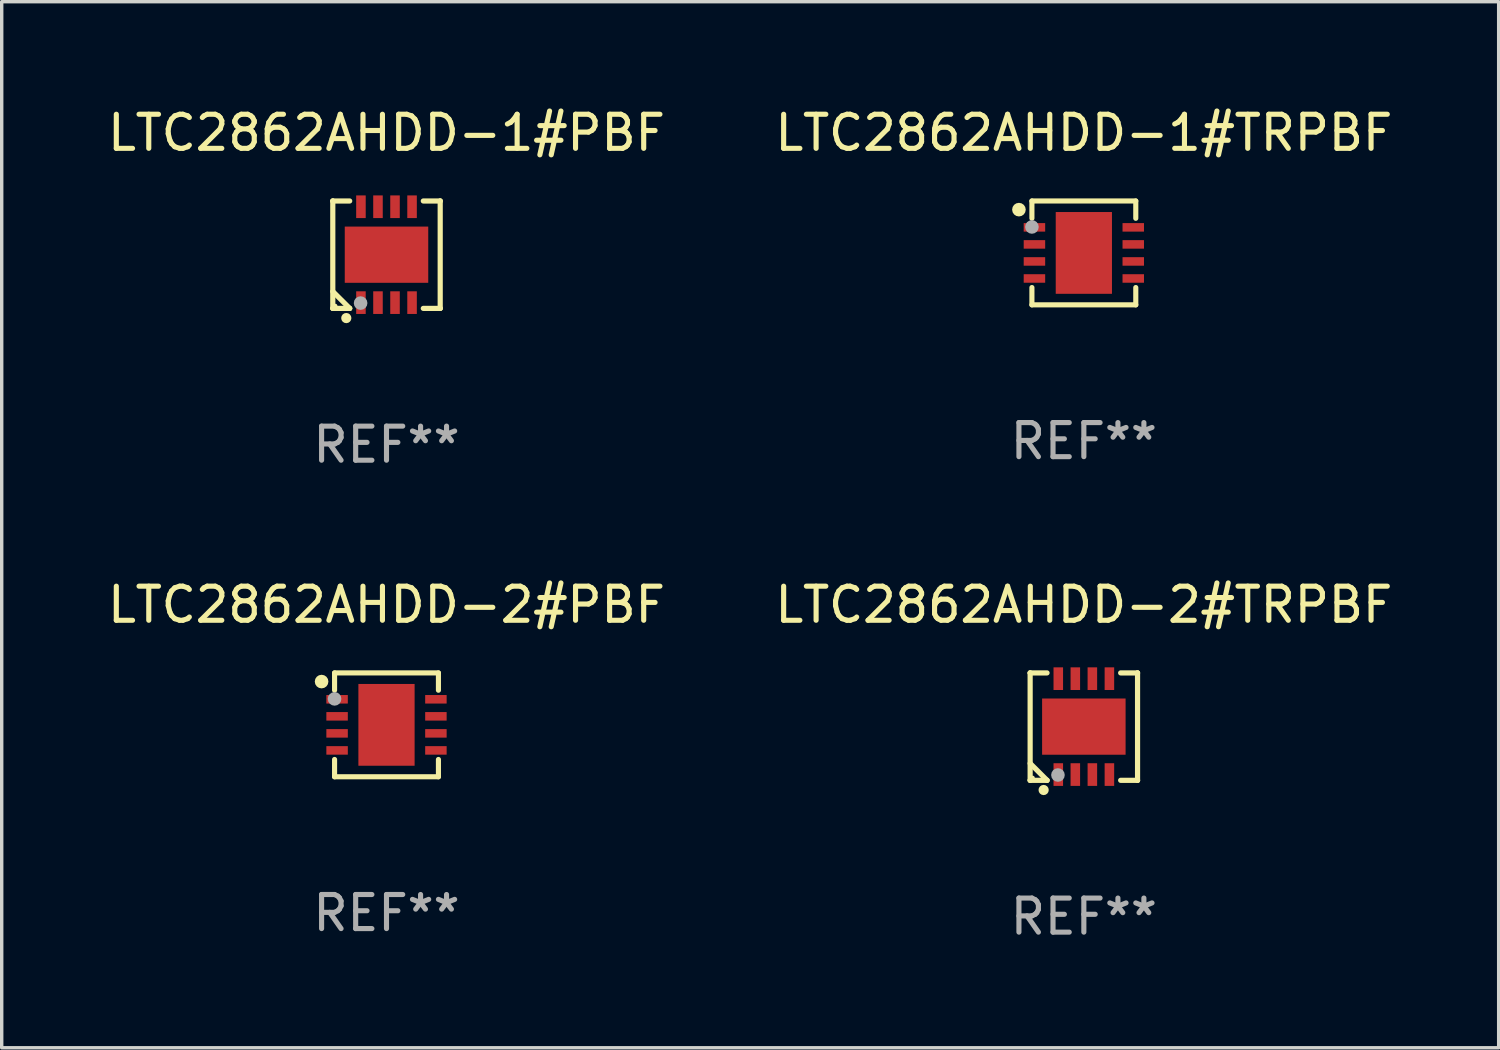
<source format=kicad_pcb>
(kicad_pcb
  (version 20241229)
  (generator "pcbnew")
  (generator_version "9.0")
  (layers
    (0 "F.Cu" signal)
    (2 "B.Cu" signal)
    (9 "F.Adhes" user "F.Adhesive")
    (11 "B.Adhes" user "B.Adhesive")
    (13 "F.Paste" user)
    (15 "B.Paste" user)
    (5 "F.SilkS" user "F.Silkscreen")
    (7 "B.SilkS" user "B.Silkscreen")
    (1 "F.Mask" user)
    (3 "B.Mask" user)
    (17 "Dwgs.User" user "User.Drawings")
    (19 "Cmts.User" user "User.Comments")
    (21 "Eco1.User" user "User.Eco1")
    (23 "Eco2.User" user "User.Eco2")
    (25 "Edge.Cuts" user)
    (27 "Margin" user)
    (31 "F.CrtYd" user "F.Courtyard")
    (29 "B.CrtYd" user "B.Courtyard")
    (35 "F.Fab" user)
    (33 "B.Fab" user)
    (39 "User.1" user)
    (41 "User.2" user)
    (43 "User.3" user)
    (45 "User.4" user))
  (footprint "LTC2862AHDD-1#TRPBF"
    (layer "F.Cu")
    (at 28.756 4.372)
    (property "Reference" "LTC2862AHDD-1#TRPBF" (at 0 -3.524 0) (layer "F.SilkS") (effects (font (size 1 1) (thickness 0.15))))
    (attr through_hole)
    (fp_line (start -1.524 -1.524) (end 1.524 -1.524) (stroke (width 0.15) (type solid)) (layer "F.SilkS"))
    (fp_line (start -1.524 -1.016) (end -1.524 -1.524) (stroke (width 0.15) (type solid)) (layer "F.SilkS"))
    (fp_line (start -1.524 1.016) (end -1.524 1.524) (stroke (width 0.15) (type solid)) (layer "F.SilkS"))
    (fp_line (start -1.524 1.524) (end 1.524 1.524) (stroke (width 0.15) (type solid)) (layer "F.SilkS"))
    (fp_line (start 1.524 -1.524) (end 1.524 -1.016) (stroke (width 0.15) (type solid)) (layer "F.SilkS"))
    (fp_line (start 1.524 1.524) (end 1.524 1.016) (stroke (width 0.15) (type solid)) (layer "F.SilkS"))
    (fp_circle (center -1.905 -1.27) (end -1.805 -1.27) (stroke (width 0.2) (type solid)) (fill no) (layer "F.SilkS"))
    (fp_circle (center -1.5 -1.5) (end -1.47 -1.5) (stroke (width 0.06) (type solid)) (fill no) (layer "F.SilkS"))
    (fp_circle (center -1.524 -0.762) (end -1.424 -0.762) (stroke (width 0.2) (type solid)) (fill no) (layer "F.Fab"))
    (fp_text user "REF**" (at 0 5.524 0) (layer "F.Fab") (effects (font (size 1 1) (thickness 0.15))))
    (pad "1" smd rect (at -1.45 -0.75) (size 0.63 0.25) (layers "F.Cu" "F.Mask" "F.Paste"))
    (pad "2" smd rect (at -1.45 -0.25) (size 0.63 0.25) (layers "F.Cu" "F.Mask" "F.Paste"))
    (pad "3" smd rect (at -1.45 0.25) (size 0.63 0.25) (layers "F.Cu" "F.Mask" "F.Paste"))
    (pad "4" smd rect (at -1.45 0.75) (size 0.63 0.25) (layers "F.Cu" "F.Mask" "F.Paste"))
    (pad "5" smd rect (at 1.45 0.75) (size 0.63 0.25) (layers "F.Cu" "F.Mask" "F.Paste"))
    (pad "6" smd rect (at 1.45 0.25) (size 0.63 0.25) (layers "F.Cu" "F.Mask" "F.Paste"))
    (pad "7" smd rect (at 1.45 -0.25) (size 0.63 0.25) (layers "F.Cu" "F.Mask" "F.Paste"))
    (pad "8" smd rect (at 1.45 -0.75) (size 0.63 0.25) (layers "F.Cu" "F.Mask" "F.Paste"))
    (pad "9" smd rect (at -0.000025 0.000127) (size 1.65 2.4) (layers "F.Cu" "F.Mask" "F.Paste")))
  (footprint "LTC2862AHDD-2#PBF"
    (layer "F.Cu")
    (at 8.292 18.221)
    (property "Reference" "LTC2862AHDD-2#PBF" (at 0 -3.524 0) (layer "F.SilkS") (effects (font (size 1 1) (thickness 0.15))))
    (attr through_hole)
    (fp_line (start -1.524 -1.524) (end 1.524 -1.524) (stroke (width 0.15) (type solid)) (layer "F.SilkS"))
    (fp_line (start -1.524 -1.016) (end -1.524 -1.524) (stroke (width 0.15) (type solid)) (layer "F.SilkS"))
    (fp_line (start -1.524 1.016) (end -1.524 1.524) (stroke (width 0.15) (type solid)) (layer "F.SilkS"))
    (fp_line (start -1.524 1.524) (end 1.524 1.524) (stroke (width 0.15) (type solid)) (layer "F.SilkS"))
    (fp_line (start 1.524 -1.524) (end 1.524 -1.016) (stroke (width 0.15) (type solid)) (layer "F.SilkS"))
    (fp_line (start 1.524 1.524) (end 1.524 1.016) (stroke (width 0.15) (type solid)) (layer "F.SilkS"))
    (fp_circle (center -1.905 -1.27) (end -1.805 -1.27) (stroke (width 0.2) (type solid)) (fill no) (layer "F.SilkS"))
    (fp_circle (center -1.5 -1.5) (end -1.47 -1.5) (stroke (width 0.06) (type solid)) (fill no) (layer "F.SilkS"))
    (fp_circle (center -1.524 -0.762) (end -1.424 -0.762) (stroke (width 0.2) (type solid)) (fill no) (layer "F.Fab"))
    (fp_text user "REF**" (at 0 5.524 0) (layer "F.Fab") (effects (font (size 1 1) (thickness 0.15))))
    (pad "1" smd rect (at -1.45 -0.75) (size 0.63 0.25) (layers "F.Cu" "F.Mask" "F.Paste"))
    (pad "2" smd rect (at -1.45 -0.25) (size 0.63 0.25) (layers "F.Cu" "F.Mask" "F.Paste"))
    (pad "3" smd rect (at -1.45 0.25) (size 0.63 0.25) (layers "F.Cu" "F.Mask" "F.Paste"))
    (pad "4" smd rect (at -1.45 0.75) (size 0.63 0.25) (layers "F.Cu" "F.Mask" "F.Paste"))
    (pad "5" smd rect (at 1.45 0.75) (size 0.63 0.25) (layers "F.Cu" "F.Mask" "F.Paste"))
    (pad "6" smd rect (at 1.45 0.25) (size 0.63 0.25) (layers "F.Cu" "F.Mask" "F.Paste"))
    (pad "7" smd rect (at 1.45 -0.25) (size 0.63 0.25) (layers "F.Cu" "F.Mask" "F.Paste"))
    (pad "8" smd rect (at 1.45 -0.75) (size 0.63 0.25) (layers "F.Cu" "F.Mask" "F.Paste"))
    (pad "9" smd rect (at -0.000025 0.000127) (size 1.65 2.4) (layers "F.Cu" "F.Mask" "F.Paste")))
  (footprint "LTC2862AHDD-2#TRPBF"
    (layer "F.Cu")
    (at 28.756 18.273)
    (property "Reference" "LTC2862AHDD-2#TRPBF" (at 0 -3.576 0) (layer "F.SilkS") (effects (font (size 1 1) (thickness 0.15))))
    (attr through_hole)
    (fp_line (start -1.576 -1.576) (end -1.576 -1.576) (stroke (width 0.152) (type solid)) (layer "F.SilkS"))
    (fp_line (start -1.576 -1.576) (end -1.08 -1.576) (stroke (width 0.152) (type solid)) (layer "F.SilkS"))
    (fp_line (start -1.576 1.576) (end -1.576 -1.576) (stroke (width 0.152) (type solid)) (layer "F.SilkS"))
    (fp_line (start -1.576 1.576) (end -1.576 1.576) (stroke (width 0.152) (type solid)) (layer "F.SilkS"))
    (fp_line (start -1.08 1.575) (end -1.576 1.079) (stroke (width 0.152) (type solid)) (layer "F.SilkS"))
    (fp_line (start -1.08 1.576) (end -1.576 1.576) (stroke (width 0.152) (type solid)) (layer "F.SilkS"))
    (fp_line (start -1.08 1.576) (end -1.08 1.575) (stroke (width 0.152) (type solid)) (layer "F.SilkS"))
    (fp_line (start 1.08 1.576) (end 1.576 1.576) (stroke (width 0.152) (type solid)) (layer "F.SilkS"))
    (fp_line (start 1.576 -1.576) (end 1.08 -1.576) (stroke (width 0.152) (type solid)) (layer "F.SilkS"))
    (fp_line (start 1.576 -1.576) (end 1.576 -1.576) (stroke (width 0.152) (type solid)) (layer "F.SilkS"))
    (fp_line (start 1.576 1.576) (end 1.576 -1.576) (stroke (width 0.152) (type solid)) (layer "F.SilkS"))
    (fp_line (start 1.576 1.576) (end 1.576 1.576) (stroke (width 0.152) (type solid)) (layer "F.SilkS"))
    (fp_circle (center -1.5 1.5) (end -1.47 1.5) (stroke (width 0.06) (type solid)) (fill no) (layer "F.SilkS"))
    (fp_circle (center -1.18 1.86) (end -1.105 1.86) (stroke (width 0.15) (type solid)) (fill no) (layer "F.SilkS"))
    (fp_circle (center -0.76 1.42) (end -0.66 1.42) (stroke (width 0.2) (type solid)) (fill no) (layer "F.Fab"))
    (fp_text user "REF**" (at 0 5.576 0) (layer "F.Fab") (effects (font (size 1 1) (thickness 0.15))))
    (pad "1" smd rect (at -0.75 1.407) (size 0.28 0.665) (layers "F.Cu" "F.Mask" "F.Paste"))
    (pad "2" smd rect (at -0.25 1.407) (size 0.28 0.665) (layers "F.Cu" "F.Mask" "F.Paste"))
    (pad "3" smd rect (at 0.25 1.407) (size 0.28 0.665) (layers "F.Cu" "F.Mask" "F.Paste"))
    (pad "4" smd rect (at 0.75 1.407) (size 0.28 0.665) (layers "F.Cu" "F.Mask" "F.Paste"))
    (pad "5" smd rect (at 0.75 -1.407) (size 0.28 0.665) (layers "F.Cu" "F.Mask" "F.Paste"))
    (pad "6" smd rect (at 0.25 -1.407) (size 0.28 0.665) (layers "F.Cu" "F.Mask" "F.Paste"))
    (pad "7" smd rect (at -0.25 -1.407) (size 0.28 0.665) (layers "F.Cu" "F.Mask" "F.Paste"))
    (pad "8" smd rect (at -0.75 -1.407) (size 0.28 0.665) (layers "F.Cu" "F.Mask" "F.Paste"))
    (pad "9" smd rect (at 0 0) (size 2.45 1.65) (layers "F.Cu" "F.Mask" "F.Paste")))
  (footprint "LTC2862AHDD-1#PBF"
    (layer "F.Cu")
    (at 8.292 4.424)
    (property "Reference" "LTC2862AHDD-1#PBF" (at 0 -3.576 0) (layer "F.SilkS") (effects (font (size 1 1) (thickness 0.15))))
    (attr through_hole)
    (fp_line (start -1.576 -1.576) (end -1.576 -1.576) (stroke (width 0.152) (type solid)) (layer "F.SilkS"))
    (fp_line (start -1.576 -1.576) (end -1.08 -1.576) (stroke (width 0.152) (type solid)) (layer "F.SilkS"))
    (fp_line (start -1.576 1.576) (end -1.576 -1.576) (stroke (width 0.152) (type solid)) (layer "F.SilkS"))
    (fp_line (start -1.576 1.576) (end -1.576 1.576) (stroke (width 0.152) (type solid)) (layer "F.SilkS"))
    (fp_line (start -1.08 1.575) (end -1.576 1.079) (stroke (width 0.152) (type solid)) (layer "F.SilkS"))
    (fp_line (start -1.08 1.576) (end -1.576 1.576) (stroke (width 0.152) (type solid)) (layer "F.SilkS"))
    (fp_line (start -1.08 1.576) (end -1.08 1.575) (stroke (width 0.152) (type solid)) (layer "F.SilkS"))
    (fp_line (start 1.08 1.576) (end 1.576 1.576) (stroke (width 0.152) (type solid)) (layer "F.SilkS"))
    (fp_line (start 1.576 -1.576) (end 1.08 -1.576) (stroke (width 0.152) (type solid)) (layer "F.SilkS"))
    (fp_line (start 1.576 -1.576) (end 1.576 -1.576) (stroke (width 0.152) (type solid)) (layer "F.SilkS"))
    (fp_line (start 1.576 1.576) (end 1.576 -1.576) (stroke (width 0.152) (type solid)) (layer "F.SilkS"))
    (fp_line (start 1.576 1.576) (end 1.576 1.576) (stroke (width 0.152) (type solid)) (layer "F.SilkS"))
    (fp_circle (center -1.5 1.5) (end -1.47 1.5) (stroke (width 0.06) (type solid)) (fill no) (layer "F.SilkS"))
    (fp_circle (center -1.18 1.86) (end -1.105 1.86) (stroke (width 0.15) (type solid)) (fill no) (layer "F.SilkS"))
    (fp_circle (center -0.76 1.42) (end -0.66 1.42) (stroke (width 0.2) (type solid)) (fill no) (layer "F.Fab"))
    (fp_text user "REF**" (at 0 5.576 0) (layer "F.Fab") (effects (font (size 1 1) (thickness 0.15))))
    (pad "1" smd rect (at -0.75 1.407) (size 0.28 0.665) (layers "F.Cu" "F.Mask" "F.Paste"))
    (pad "2" smd rect (at -0.25 1.407) (size 0.28 0.665) (layers "F.Cu" "F.Mask" "F.Paste"))
    (pad "3" smd rect (at 0.25 1.407) (size 0.28 0.665) (layers "F.Cu" "F.Mask" "F.Paste"))
    (pad "4" smd rect (at 0.75 1.407) (size 0.28 0.665) (layers "F.Cu" "F.Mask" "F.Paste"))
    (pad "5" smd rect (at 0.75 -1.407) (size 0.28 0.665) (layers "F.Cu" "F.Mask" "F.Paste"))
    (pad "6" smd rect (at 0.25 -1.407) (size 0.28 0.665) (layers "F.Cu" "F.Mask" "F.Paste"))
    (pad "7" smd rect (at -0.25 -1.407) (size 0.28 0.665) (layers "F.Cu" "F.Mask" "F.Paste"))
    (pad "8" smd rect (at -0.75 -1.407) (size 0.28 0.665) (layers "F.Cu" "F.Mask" "F.Paste"))
    (pad "9" smd rect (at 0 0) (size 2.45 1.65) (layers "F.Cu" "F.Mask" "F.Paste")))
  (gr_rect
    (start -3 -3)
    (end 40.929 27.698)
    (stroke (width 0.1) (type default))
    (fill no)
    (layer "Edge.Cuts")))
</source>
